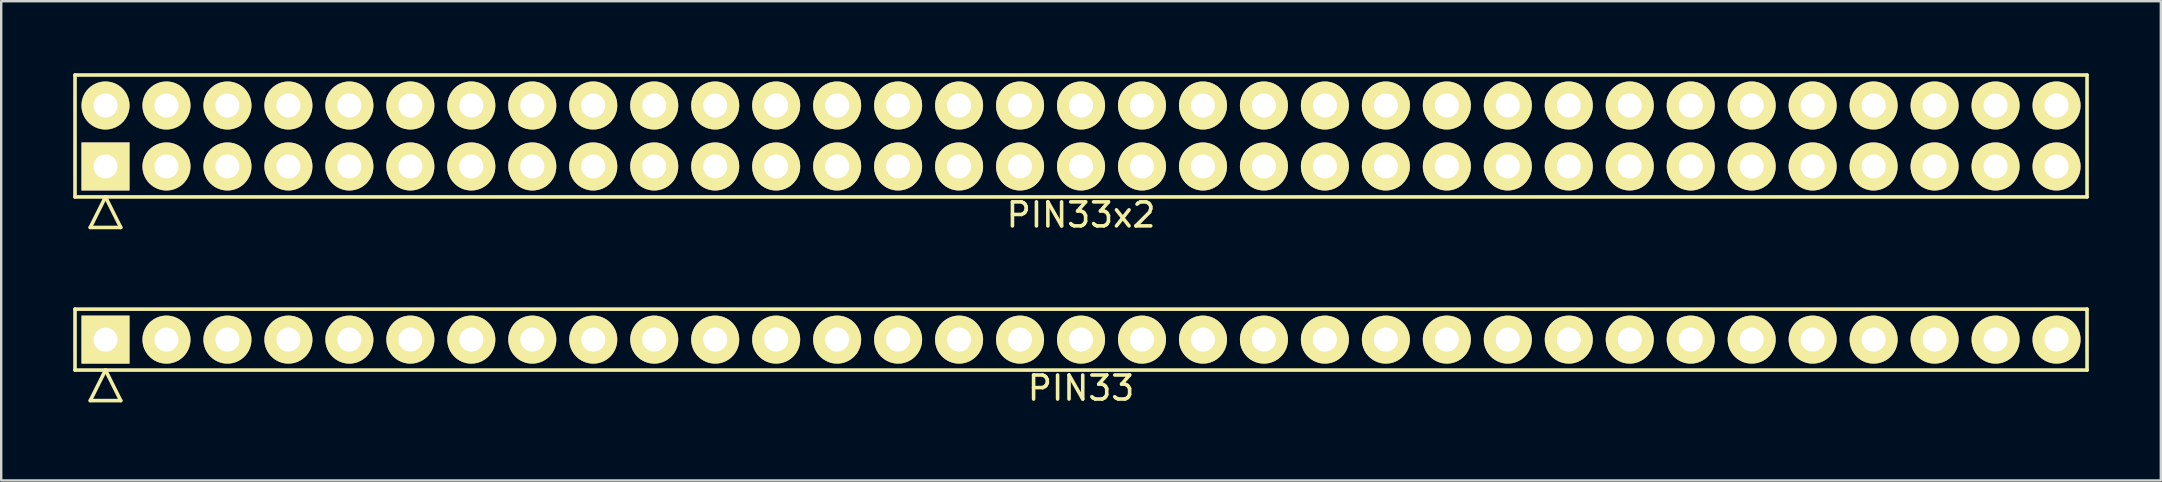
<source format=kicad_pcb>
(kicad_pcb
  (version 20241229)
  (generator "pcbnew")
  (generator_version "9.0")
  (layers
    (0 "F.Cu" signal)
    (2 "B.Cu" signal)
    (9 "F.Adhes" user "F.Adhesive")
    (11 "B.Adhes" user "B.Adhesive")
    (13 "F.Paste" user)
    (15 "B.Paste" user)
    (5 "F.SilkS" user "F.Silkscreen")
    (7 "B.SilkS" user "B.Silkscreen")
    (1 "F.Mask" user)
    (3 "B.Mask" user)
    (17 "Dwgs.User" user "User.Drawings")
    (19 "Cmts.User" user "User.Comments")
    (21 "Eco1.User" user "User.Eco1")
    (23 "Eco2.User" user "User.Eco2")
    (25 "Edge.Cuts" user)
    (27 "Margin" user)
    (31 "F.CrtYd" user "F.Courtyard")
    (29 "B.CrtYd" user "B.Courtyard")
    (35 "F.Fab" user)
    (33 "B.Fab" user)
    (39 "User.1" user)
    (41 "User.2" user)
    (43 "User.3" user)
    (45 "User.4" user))
  (footprint "PIN33x2"
    (layer "F.Cu")
    (at 41.985 2.615)
    (property "Reference" "PIN33x2" (at 0 3.29 0) (layer "F.SilkS") (effects (font (size 1 1) (thickness 0.15))))
    (attr through_hole)
    (fp_line (start -41.91 -2.54) (end -41.91 2.54) (stroke (width 0.15) (type solid)) (layer "F.SilkS"))
    (fp_line (start -41.91 2.54) (end 41.91 2.54) (stroke (width 0.15) (type solid)) (layer "F.SilkS"))
    (fp_line (start -41.275 3.81) (end -40.64 2.54) (stroke (width 0.15) (type solid)) (layer "F.SilkS"))
    (fp_line (start -41.275 3.81) (end -40.005 3.81) (stroke (width 0.15) (type solid)) (layer "F.SilkS"))
    (fp_line (start -40.005 3.81) (end -40.64 2.54) (stroke (width 0.15) (type solid)) (layer "F.SilkS"))
    (fp_line (start 41.91 -2.54) (end -41.91 -2.54) (stroke (width 0.15) (type solid)) (layer "F.SilkS"))
    (fp_line (start 41.91 2.54) (end 41.91 -2.54) (stroke (width 0.15) (type solid)) (layer "F.SilkS"))
    (pad "1" thru_hole rect (at -40.64 1.27) (size 2 2) (drill 1) (layers "*.Cu" "*.Mask" "F.SilkS"))
    (pad "2" thru_hole circle (at -40.64 -1.27) (size 2 2) (drill 1) (layers "*.Cu" "*.Mask" "F.SilkS"))
    (pad "3" thru_hole circle (at -38.1 1.27) (size 2 2) (drill 1) (layers "*.Cu" "*.Mask" "F.SilkS"))
    (pad "4" thru_hole circle (at -38.1 -1.27) (size 2 2) (drill 1) (layers "*.Cu" "*.Mask" "F.SilkS"))
    (pad "5" thru_hole circle (at -35.56 1.27) (size 2 2) (drill 1) (layers "*.Cu" "*.Mask" "F.SilkS"))
    (pad "6" thru_hole circle (at -35.56 -1.27) (size 2 2) (drill 1) (layers "*.Cu" "*.Mask" "F.SilkS"))
    (pad "7" thru_hole circle (at -33.02 1.27) (size 2 2) (drill 1) (layers "*.Cu" "*.Mask" "F.SilkS"))
    (pad "8" thru_hole circle (at -33.02 -1.27) (size 2 2) (drill 1) (layers "*.Cu" "*.Mask" "F.SilkS"))
    (pad "9" thru_hole circle (at -30.48 1.27) (size 2 2) (drill 1) (layers "*.Cu" "*.Mask" "F.SilkS"))
    (pad "10" thru_hole circle (at -30.48 -1.27) (size 2 2) (drill 1) (layers "*.Cu" "*.Mask" "F.SilkS"))
    (pad "11" thru_hole circle (at -27.94 1.27) (size 2 2) (drill 1) (layers "*.Cu" "*.Mask" "F.SilkS"))
    (pad "12" thru_hole circle (at -27.94 -1.27) (size 2 2) (drill 1) (layers "*.Cu" "*.Mask" "F.SilkS"))
    (pad "13" thru_hole circle (at -25.4 1.27) (size 2 2) (drill 1) (layers "*.Cu" "*.Mask" "F.SilkS"))
    (pad "14" thru_hole circle (at -25.4 -1.27) (size 2 2) (drill 1) (layers "*.Cu" "*.Mask" "F.SilkS"))
    (pad "15" thru_hole circle (at -22.86 1.27) (size 2 2) (drill 1) (layers "*.Cu" "*.Mask" "F.SilkS"))
    (pad "16" thru_hole circle (at -22.86 -1.27) (size 2 2) (drill 1) (layers "*.Cu" "*.Mask" "F.SilkS"))
    (pad "17" thru_hole circle (at -20.32 1.27) (size 2 2) (drill 1) (layers "*.Cu" "*.Mask" "F.SilkS"))
    (pad "18" thru_hole circle (at -20.32 -1.27) (size 2 2) (drill 1) (layers "*.Cu" "*.Mask" "F.SilkS"))
    (pad "19" thru_hole circle (at -17.78 1.27) (size 2 2) (drill 1) (layers "*.Cu" "*.Mask" "F.SilkS"))
    (pad "20" thru_hole circle (at -17.78 -1.27) (size 2 2) (drill 1) (layers "*.Cu" "*.Mask" "F.SilkS"))
    (pad "21" thru_hole circle (at -15.24 1.27) (size 2 2) (drill 1) (layers "*.Cu" "*.Mask" "F.SilkS"))
    (pad "22" thru_hole circle (at -15.24 -1.27) (size 2 2) (drill 1) (layers "*.Cu" "*.Mask" "F.SilkS"))
    (pad "23" thru_hole circle (at -12.7 1.27) (size 2 2) (drill 1) (layers "*.Cu" "*.Mask" "F.SilkS"))
    (pad "24" thru_hole circle (at -12.7 -1.27) (size 2 2) (drill 1) (layers "*.Cu" "*.Mask" "F.SilkS"))
    (pad "25" thru_hole circle (at -10.16 1.27) (size 2 2) (drill 1) (layers "*.Cu" "*.Mask" "F.SilkS"))
    (pad "26" thru_hole circle (at -10.16 -1.27) (size 2 2) (drill 1) (layers "*.Cu" "*.Mask" "F.SilkS"))
    (pad "27" thru_hole circle (at -7.62 1.27) (size 2 2) (drill 1) (layers "*.Cu" "*.Mask" "F.SilkS"))
    (pad "28" thru_hole circle (at -7.62 -1.27) (size 2 2) (drill 1) (layers "*.Cu" "*.Mask" "F.SilkS"))
    (pad "29" thru_hole circle (at -5.08 1.27) (size 2 2) (drill 1) (layers "*.Cu" "*.Mask" "F.SilkS"))
    (pad "30" thru_hole circle (at -5.08 -1.27) (size 2 2) (drill 1) (layers "*.Cu" "*.Mask" "F.SilkS"))
    (pad "31" thru_hole circle (at -2.54 1.27) (size 2 2) (drill 1) (layers "*.Cu" "*.Mask" "F.SilkS"))
    (pad "32" thru_hole circle (at -2.54 -1.27) (size 2 2) (drill 1) (layers "*.Cu" "*.Mask" "F.SilkS"))
    (pad "33" thru_hole circle (at 0 1.27) (size 2 2) (drill 1) (layers "*.Cu" "*.Mask" "F.SilkS"))
    (pad "34" thru_hole circle (at 0 -1.27) (size 2 2) (drill 1) (layers "*.Cu" "*.Mask" "F.SilkS"))
    (pad "35" thru_hole circle (at 2.54 1.27) (size 2 2) (drill 1) (layers "*.Cu" "*.Mask" "F.SilkS"))
    (pad "36" thru_hole circle (at 2.54 -1.27) (size 2 2) (drill 1) (layers "*.Cu" "*.Mask" "F.SilkS"))
    (pad "37" thru_hole circle (at 5.08 1.27) (size 2 2) (drill 1) (layers "*.Cu" "*.Mask" "F.SilkS"))
    (pad "38" thru_hole circle (at 5.08 -1.27) (size 2 2) (drill 1) (layers "*.Cu" "*.Mask" "F.SilkS"))
    (pad "39" thru_hole circle (at 7.62 1.27) (size 2 2) (drill 1) (layers "*.Cu" "*.Mask" "F.SilkS"))
    (pad "40" thru_hole circle (at 7.62 -1.27) (size 2 2) (drill 1) (layers "*.Cu" "*.Mask" "F.SilkS"))
    (pad "41" thru_hole circle (at 10.16 1.27) (size 2 2) (drill 1) (layers "*.Cu" "*.Mask" "F.SilkS"))
    (pad "42" thru_hole circle (at 10.16 -1.27) (size 2 2) (drill 1) (layers "*.Cu" "*.Mask" "F.SilkS"))
    (pad "43" thru_hole circle (at 12.7 1.27) (size 2 2) (drill 1) (layers "*.Cu" "*.Mask" "F.SilkS"))
    (pad "44" thru_hole circle (at 12.7 -1.27) (size 2 2) (drill 1) (layers "*.Cu" "*.Mask" "F.SilkS"))
    (pad "45" thru_hole circle (at 15.24 1.27) (size 2 2) (drill 1) (layers "*.Cu" "*.Mask" "F.SilkS"))
    (pad "46" thru_hole circle (at 15.24 -1.27) (size 2 2) (drill 1) (layers "*.Cu" "*.Mask" "F.SilkS"))
    (pad "47" thru_hole circle (at 17.78 1.27) (size 2 2) (drill 1) (layers "*.Cu" "*.Mask" "F.SilkS"))
    (pad "48" thru_hole circle (at 17.78 -1.27) (size 2 2) (drill 1) (layers "*.Cu" "*.Mask" "F.SilkS"))
    (pad "49" thru_hole circle (at 20.32 1.27) (size 2 2) (drill 1) (layers "*.Cu" "*.Mask" "F.SilkS"))
    (pad "50" thru_hole circle (at 20.32 -1.27) (size 2 2) (drill 1) (layers "*.Cu" "*.Mask" "F.SilkS"))
    (pad "51" thru_hole circle (at 22.86 1.27) (size 2 2) (drill 1) (layers "*.Cu" "*.Mask" "F.SilkS"))
    (pad "52" thru_hole circle (at 22.86 -1.27) (size 2 2) (drill 1) (layers "*.Cu" "*.Mask" "F.SilkS"))
    (pad "53" thru_hole circle (at 25.4 1.27) (size 2 2) (drill 1) (layers "*.Cu" "*.Mask" "F.SilkS"))
    (pad "54" thru_hole circle (at 25.4 -1.27) (size 2 2) (drill 1) (layers "*.Cu" "*.Mask" "F.SilkS"))
    (pad "55" thru_hole circle (at 27.94 1.27) (size 2 2) (drill 1) (layers "*.Cu" "*.Mask" "F.SilkS"))
    (pad "56" thru_hole circle (at 27.94 -1.27) (size 2 2) (drill 1) (layers "*.Cu" "*.Mask" "F.SilkS"))
    (pad "57" thru_hole circle (at 30.48 1.27) (size 2 2) (drill 1) (layers "*.Cu" "*.Mask" "F.SilkS"))
    (pad "58" thru_hole circle (at 30.48 -1.27) (size 2 2) (drill 1) (layers "*.Cu" "*.Mask" "F.SilkS"))
    (pad "59" thru_hole circle (at 33.02 1.27) (size 2 2) (drill 1) (layers "*.Cu" "*.Mask" "F.SilkS"))
    (pad "60" thru_hole circle (at 33.02 -1.27) (size 2 2) (drill 1) (layers "*.Cu" "*.Mask" "F.SilkS"))
    (pad "61" thru_hole circle (at 35.56 1.27) (size 2 2) (drill 1) (layers "*.Cu" "*.Mask" "F.SilkS"))
    (pad "62" thru_hole circle (at 35.56 -1.27) (size 2 2) (drill 1) (layers "*.Cu" "*.Mask" "F.SilkS"))
    (pad "63" thru_hole circle (at 38.1 1.27) (size 2 2) (drill 1) (layers "*.Cu" "*.Mask" "F.SilkS"))
    (pad "64" thru_hole circle (at 38.1 -1.27) (size 2 2) (drill 1) (layers "*.Cu" "*.Mask" "F.SilkS"))
    (pad "65" thru_hole circle (at 40.64 1.27) (size 2 2) (drill 1) (layers "*.Cu" "*.Mask" "F.SilkS"))
    (pad "66" thru_hole circle (at 40.64 -1.27) (size 2 2) (drill 1) (layers "*.Cu" "*.Mask" "F.SilkS")))
  (footprint "PIN33"
    (layer "F.Cu")
    (at 41.985 11.098)
    (property "Reference" "PIN33" (at 0 2.02 0) (layer "F.SilkS") (effects (font (size 1 1) (thickness 0.15))))
    (attr through_hole)
    (fp_line (start -41.91 -1.27) (end -41.91 1.27) (stroke (width 0.15) (type solid)) (layer "F.SilkS"))
    (fp_line (start -41.91 1.27) (end 41.91 1.27) (stroke (width 0.15) (type solid)) (layer "F.SilkS"))
    (fp_line (start -41.275 2.54) (end -40.64 1.27) (stroke (width 0.15) (type solid)) (layer "F.SilkS"))
    (fp_line (start -41.275 2.54) (end -40.005 2.54) (stroke (width 0.15) (type solid)) (layer "F.SilkS"))
    (fp_line (start -40.005 2.54) (end -40.64 1.27) (stroke (width 0.15) (type solid)) (layer "F.SilkS"))
    (fp_line (start 41.91 -1.27) (end -41.91 -1.27) (stroke (width 0.15) (type solid)) (layer "F.SilkS"))
    (fp_line (start 41.91 1.27) (end 41.91 -1.27) (stroke (width 0.15) (type solid)) (layer "F.SilkS"))
    (pad "1" thru_hole rect (at -40.64 0) (size 2 2) (drill 1) (layers "*.Cu" "*.Mask" "F.SilkS"))
    (pad "2" thru_hole circle (at -38.1 0) (size 2 2) (drill 1) (layers "*.Cu" "*.Mask" "F.SilkS"))
    (pad "3" thru_hole circle (at -35.56 0) (size 2 2) (drill 1) (layers "*.Cu" "*.Mask" "F.SilkS"))
    (pad "4" thru_hole circle (at -33.02 0) (size 2 2) (drill 1) (layers "*.Cu" "*.Mask" "F.SilkS"))
    (pad "5" thru_hole circle (at -30.48 0) (size 2 2) (drill 1) (layers "*.Cu" "*.Mask" "F.SilkS"))
    (pad "6" thru_hole circle (at -27.94 0) (size 2 2) (drill 1) (layers "*.Cu" "*.Mask" "F.SilkS"))
    (pad "7" thru_hole circle (at -25.4 0) (size 2 2) (drill 1) (layers "*.Cu" "*.Mask" "F.SilkS"))
    (pad "8" thru_hole circle (at -22.86 0) (size 2 2) (drill 1) (layers "*.Cu" "*.Mask" "F.SilkS"))
    (pad "9" thru_hole circle (at -20.32 0) (size 2 2) (drill 1) (layers "*.Cu" "*.Mask" "F.SilkS"))
    (pad "10" thru_hole circle (at -17.78 0) (size 2 2) (drill 1) (layers "*.Cu" "*.Mask" "F.SilkS"))
    (pad "11" thru_hole circle (at -15.24 0) (size 2 2) (drill 1) (layers "*.Cu" "*.Mask" "F.SilkS"))
    (pad "12" thru_hole circle (at -12.7 0) (size 2 2) (drill 1) (layers "*.Cu" "*.Mask" "F.SilkS"))
    (pad "13" thru_hole circle (at -10.16 0) (size 2 2) (drill 1) (layers "*.Cu" "*.Mask" "F.SilkS"))
    (pad "14" thru_hole circle (at -7.62 0) (size 2 2) (drill 1) (layers "*.Cu" "*.Mask" "F.SilkS"))
    (pad "15" thru_hole circle (at -5.08 0) (size 2 2) (drill 1) (layers "*.Cu" "*.Mask" "F.SilkS"))
    (pad "16" thru_hole circle (at -2.54 0) (size 2 2) (drill 1) (layers "*.Cu" "*.Mask" "F.SilkS"))
    (pad "17" thru_hole circle (at 0 0) (size 2 2) (drill 1) (layers "*.Cu" "*.Mask" "F.SilkS"))
    (pad "18" thru_hole circle (at 2.54 0) (size 2 2) (drill 1) (layers "*.Cu" "*.Mask" "F.SilkS"))
    (pad "19" thru_hole circle (at 5.08 0) (size 2 2) (drill 1) (layers "*.Cu" "*.Mask" "F.SilkS"))
    (pad "20" thru_hole circle (at 7.62 0) (size 2 2) (drill 1) (layers "*.Cu" "*.Mask" "F.SilkS"))
    (pad "21" thru_hole circle (at 10.16 0) (size 2 2) (drill 1) (layers "*.Cu" "*.Mask" "F.SilkS"))
    (pad "22" thru_hole circle (at 12.7 0) (size 2 2) (drill 1) (layers "*.Cu" "*.Mask" "F.SilkS"))
    (pad "23" thru_hole circle (at 15.24 0) (size 2 2) (drill 1) (layers "*.Cu" "*.Mask" "F.SilkS"))
    (pad "24" thru_hole circle (at 17.78 0) (size 2 2) (drill 1) (layers "*.Cu" "*.Mask" "F.SilkS"))
    (pad "25" thru_hole circle (at 20.32 0) (size 2 2) (drill 1) (layers "*.Cu" "*.Mask" "F.SilkS"))
    (pad "26" thru_hole circle (at 22.86 0) (size 2 2) (drill 1) (layers "*.Cu" "*.Mask" "F.SilkS"))
    (pad "27" thru_hole circle (at 25.4 0) (size 2 2) (drill 1) (layers "*.Cu" "*.Mask" "F.SilkS"))
    (pad "28" thru_hole circle (at 27.94 0) (size 2 2) (drill 1) (layers "*.Cu" "*.Mask" "F.SilkS"))
    (pad "29" thru_hole circle (at 30.48 0) (size 2 2) (drill 1) (layers "*.Cu" "*.Mask" "F.SilkS"))
    (pad "30" thru_hole circle (at 33.02 0) (size 2 2) (drill 1) (layers "*.Cu" "*.Mask" "F.SilkS"))
    (pad "31" thru_hole circle (at 35.56 0) (size 2 2) (drill 1) (layers "*.Cu" "*.Mask" "F.SilkS"))
    (pad "32" thru_hole circle (at 38.1 0) (size 2 2) (drill 1) (layers "*.Cu" "*.Mask" "F.SilkS"))
    (pad "33" thru_hole circle (at 40.64 0) (size 2 2) (drill 1) (layers "*.Cu" "*.Mask" "F.SilkS")))
  (gr_rect
    (start -3 -3)
    (end 86.97 16.966)
    (stroke (width 0.1) (type default))
    (fill no)
    (layer "Edge.Cuts")))
</source>
